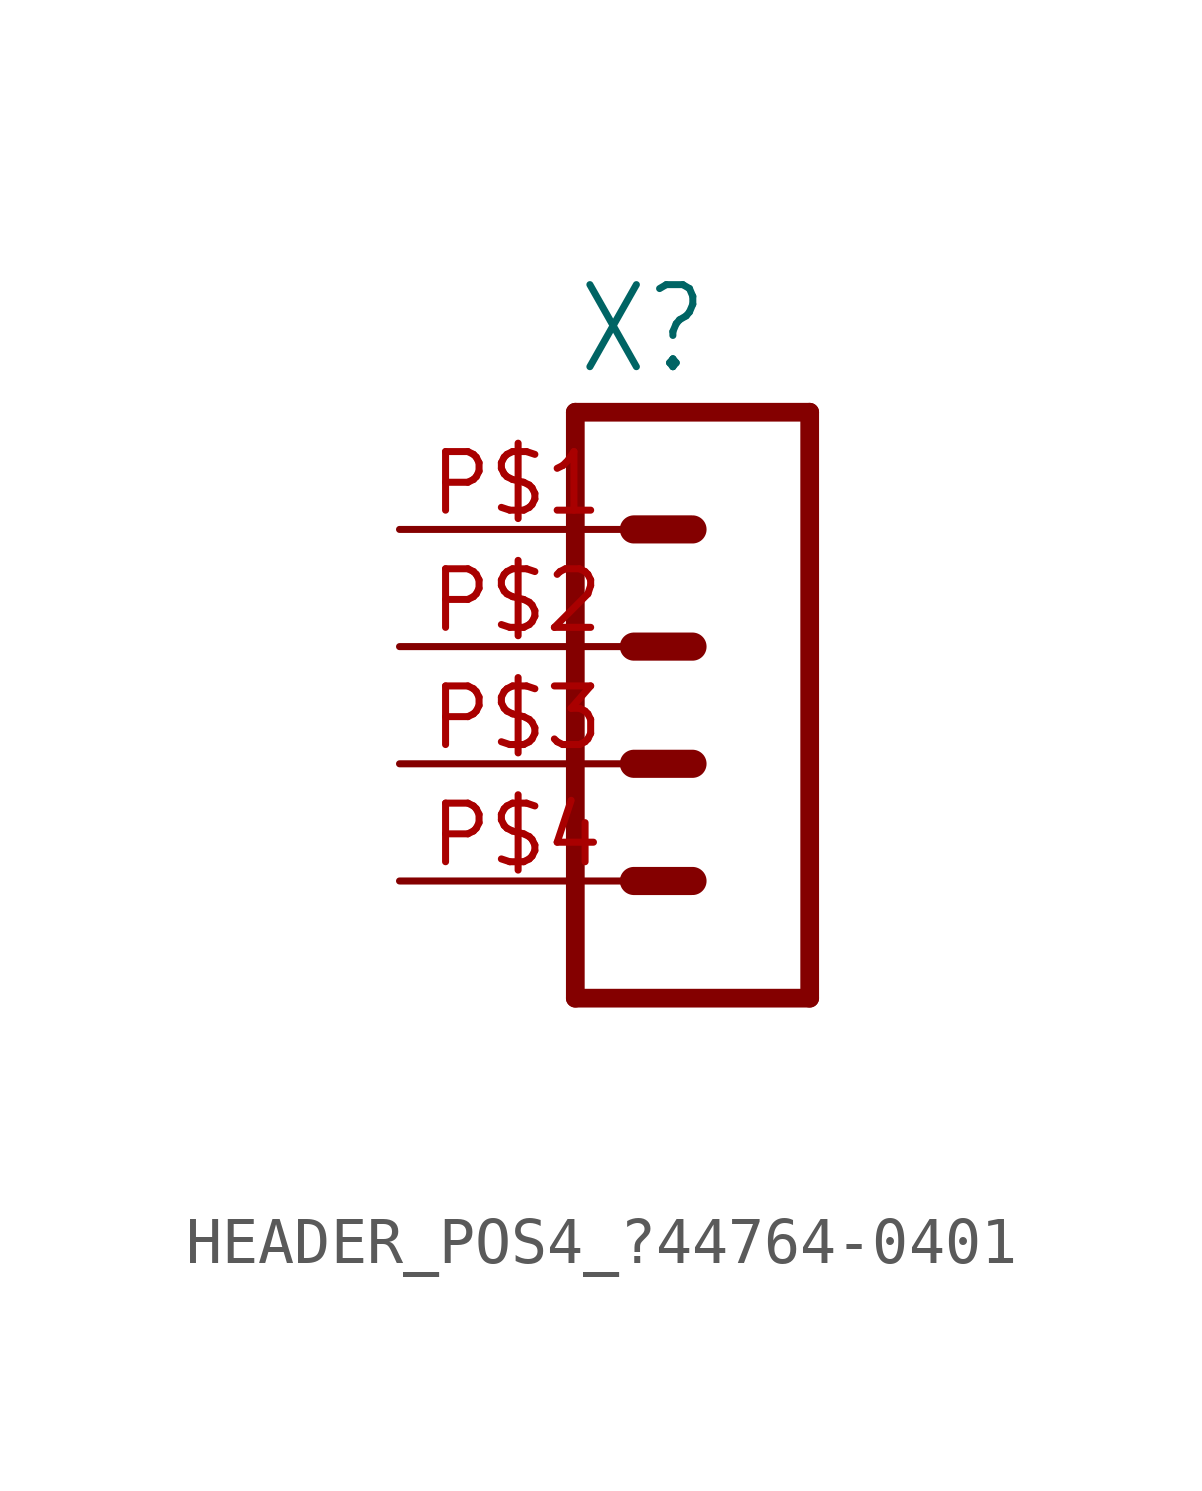
<source format=kicad_sym>
(kicad_symbol_lib
  (version 20231120)
  (generator "kicad_symbol_editor")
  (generator_version "8.0")
  (symbol "HEADER_POS4_?44764-0401"
    (property "Reference" "X"
      (at -1.27 8.382 0)
      (effects (font (size 1.778 1.511)) (justify left bottom)))
    (property "Value" ""
      (at -1.27 -7.62 0)
      (effects (font (size 1.778 1.511)) (justify left bottom)))
    (property "ki_locked" ""
      (at 0 0 0)
      (effects (font (size 1.27 1.27))))
    (symbol "HEADER_POS4_?44764-0401_1_0"
      (polyline (pts (xy -1.27 7.62) (xy -1.27 -5.08)) (stroke (width 0.406) (type solid)) (fill (type none)))
      (polyline (pts (xy -1.27 7.62) (xy 3.81 7.62)) (stroke (width 0.406) (type solid)) (fill (type none)))
      (polyline (pts (xy 0 -2.54) (xy 1.27 -2.54)) (stroke (width 0.61) (type solid)) (fill (type none)))
      (polyline (pts (xy 0 0) (xy 1.27 0)) (stroke (width 0.61) (type solid)) (fill (type none)))
      (polyline (pts (xy 0 2.54) (xy 1.27 2.54)) (stroke (width 0.61) (type solid)) (fill (type none)))
      (polyline (pts (xy 0 5.08) (xy 1.27 5.08)) (stroke (width 0.61) (type solid)) (fill (type none)))
      (polyline (pts (xy 3.81 -5.08) (xy -1.27 -5.08)) (stroke (width 0.406) (type solid)) (fill (type none)))
      (polyline (pts (xy 3.81 -5.08) (xy 3.81 7.62)) (stroke (width 0.406) (type solid)) (fill (type none)))
      (pin passive line (at -5.08 5.08 0) (length 5.08) (name "1" (effects (font (size 0 0)))) (number "P$1" (effects (font (size 1.27 1.27)))))
      (pin passive line (at -5.08 2.54 0) (length 5.08) (name "2" (effects (font (size 0 0)))) (number "P$2" (effects (font (size 1.27 1.27)))))
      (pin passive line (at -5.08 0 0) (length 5.08) (name "3" (effects (font (size 0 0)))) (number "P$3" (effects (font (size 1.27 1.27)))))
      (pin passive line (at -5.08 -2.54 0) (length 5.08) (name "4" (effects (font (size 0 0)))) (number "P$4" (effects (font (size 1.27 1.27))))))))
</source>
